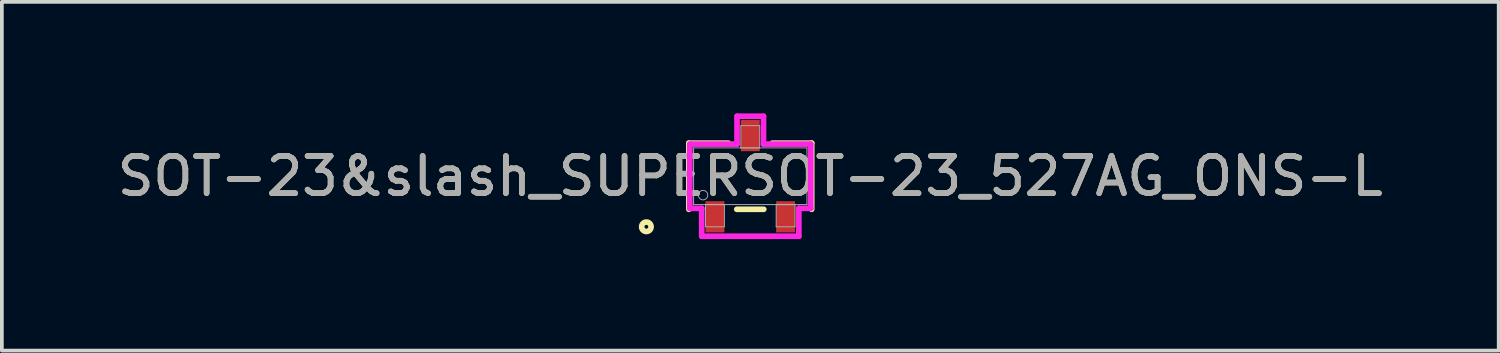
<source format=kicad_pcb>
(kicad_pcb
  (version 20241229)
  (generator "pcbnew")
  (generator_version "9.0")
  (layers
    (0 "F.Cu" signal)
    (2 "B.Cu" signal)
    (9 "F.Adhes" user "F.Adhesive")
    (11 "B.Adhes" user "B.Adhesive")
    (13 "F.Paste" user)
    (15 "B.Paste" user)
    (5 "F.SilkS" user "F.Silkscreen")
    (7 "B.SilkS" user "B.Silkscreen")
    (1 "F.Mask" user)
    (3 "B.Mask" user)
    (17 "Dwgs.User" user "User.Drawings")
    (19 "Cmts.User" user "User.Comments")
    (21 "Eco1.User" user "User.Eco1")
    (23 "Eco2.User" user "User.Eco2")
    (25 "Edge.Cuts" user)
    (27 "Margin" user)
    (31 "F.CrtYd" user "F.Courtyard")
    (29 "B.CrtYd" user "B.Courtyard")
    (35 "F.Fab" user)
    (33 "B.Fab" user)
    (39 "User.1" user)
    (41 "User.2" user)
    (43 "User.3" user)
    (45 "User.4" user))
  (footprint "SOT-23&slash_SUPERSOT-23_527AG_ONS-L"
    (layer "F.Cu")
    (at 17.125 1.689)
    (property "Reference" "SOT-23&slash_SUPERSOT-23_527AG_ONS-L" (at 0 0 0) (unlocked yes) (layer "F.SilkS") (effects (font (size 1 1) (thickness 0.15))))
    (attr smd)
    (fp_line (start -1.651 -0.889) (end -1.651 0.889) (stroke (width 0.152) (type solid)) (layer "F.SilkS"))
    (fp_line (start -0.587 -0.889) (end -1.651 -0.889) (stroke (width 0.152) (type solid)) (layer "F.SilkS"))
    (fp_line (start -0.363 0.889) (end 0.363 0.889) (stroke (width 0.152) (type solid)) (layer "F.SilkS"))
    (fp_line (start 1.651 -0.889) (end 0.587 -0.889) (stroke (width 0.152) (type solid)) (layer "F.SilkS"))
    (fp_line (start 1.651 0.889) (end 1.651 -0.889) (stroke (width 0.152) (type solid)) (layer "F.SilkS"))
    (fp_circle (center -2.794 1.359) (end -2.667 1.359) (stroke (width 0.152) (type solid)) (fill no) (layer "F.SilkS"))
    (fp_line (start -1.626 -0.864) (end -0.356 -0.864) (stroke (width 0.152) (type solid)) (layer "F.CrtYd"))
    (fp_line (start -1.626 0.864) (end -1.626 -0.864) (stroke (width 0.152) (type solid)) (layer "F.CrtYd"))
    (fp_line (start -1.626 0.864) (end -1.306 0.864) (stroke (width 0.152) (type solid)) (layer "F.CrtYd"))
    (fp_line (start -1.306 0.864) (end -1.306 1.613) (stroke (width 0.152) (type solid)) (layer "F.CrtYd"))
    (fp_line (start -1.306 1.613) (end 1.306 1.613) (stroke (width 0.152) (type solid)) (layer "F.CrtYd"))
    (fp_line (start -0.356 -1.613) (end 0.356 -1.613) (stroke (width 0.152) (type solid)) (layer "F.CrtYd"))
    (fp_line (start -0.356 -0.864) (end -0.356 -1.613) (stroke (width 0.152) (type solid)) (layer "F.CrtYd"))
    (fp_line (start 0.356 -0.864) (end 0.356 -1.613) (stroke (width 0.152) (type solid)) (layer "F.CrtYd"))
    (fp_line (start 1.306 0.864) (end 1.306 1.613) (stroke (width 0.152) (type solid)) (layer "F.CrtYd"))
    (fp_line (start 1.626 -0.864) (end 0.356 -0.864) (stroke (width 0.152) (type solid)) (layer "F.CrtYd"))
    (fp_line (start 1.626 -0.864) (end 1.626 0.864) (stroke (width 0.152) (type solid)) (layer "F.CrtYd"))
    (fp_line (start 1.626 0.864) (end 1.306 0.864) (stroke (width 0.152) (type solid)) (layer "F.CrtYd"))
    (fp_line (start -1.524 -0.762) (end -1.524 0.762) (stroke (width 0.025) (type solid)) (layer "F.Fab"))
    (fp_line (start -1.524 0.762) (end 1.524 0.762) (stroke (width 0.025) (type solid)) (layer "F.Fab"))
    (fp_line (start -1.204 0.762) (end -1.204 1.359) (stroke (width 0.025) (type solid)) (layer "F.Fab"))
    (fp_line (start -1.204 1.359) (end -0.696 1.359) (stroke (width 0.025) (type solid)) (layer "F.Fab"))
    (fp_line (start -0.696 0.762) (end -1.204 0.762) (stroke (width 0.025) (type solid)) (layer "F.Fab"))
    (fp_line (start -0.696 1.359) (end -0.696 0.762) (stroke (width 0.025) (type solid)) (layer "F.Fab"))
    (fp_line (start -0.254 -1.359) (end -0.254 -0.762) (stroke (width 0.025) (type solid)) (layer "F.Fab"))
    (fp_line (start -0.254 -0.762) (end 0.254 -0.762) (stroke (width 0.025) (type solid)) (layer "F.Fab"))
    (fp_line (start 0.254 -1.359) (end -0.254 -1.359) (stroke (width 0.025) (type solid)) (layer "F.Fab"))
    (fp_line (start 0.254 -0.762) (end 0.254 -1.359) (stroke (width 0.025) (type solid)) (layer "F.Fab"))
    (fp_line (start 0.696 0.762) (end 0.696 1.359) (stroke (width 0.025) (type solid)) (layer "F.Fab"))
    (fp_line (start 0.696 1.359) (end 1.204 1.359) (stroke (width 0.025) (type solid)) (layer "F.Fab"))
    (fp_line (start 1.204 0.762) (end 0.696 0.762) (stroke (width 0.025) (type solid)) (layer "F.Fab"))
    (fp_line (start 1.204 1.359) (end 1.204 0.762) (stroke (width 0.025) (type solid)) (layer "F.Fab"))
    (fp_line (start 1.524 -0.762) (end -1.524 -0.762) (stroke (width 0.025) (type solid)) (layer "F.Fab"))
    (fp_line (start 1.524 0.762) (end 1.524 -0.762) (stroke (width 0.025) (type solid)) (layer "F.Fab"))
    (fp_circle (center -1.27 0.508) (end -1.143 0.508) (stroke (width 0.025) (type solid)) (fill no) (layer "F.Fab"))
    (fp_text user "${REFERENCE}" (at 0 0 0) (unlocked yes) (layer "F.Fab") (effects (font (size 1 1) (thickness 0.15))))
    (pad "1" smd rect (at -0.95 1.092) (size 0.508 0.838) (layers "F.Cu" "F.Mask" "F.Paste"))
    (pad "2" smd rect (at 0.95 1.092) (size 0.508 0.838) (layers "F.Cu" "F.Mask" "F.Paste"))
    (pad "3" smd rect (at 0 -1.092) (size 0.508 0.838) (layers "F.Cu" "F.Mask" "F.Paste")))
  (gr_rect
    (start -3 -3)
    (end 37.25 6.378)
    (stroke (width 0.1) (type default))
    (fill no)
    (layer "Edge.Cuts")))
</source>
